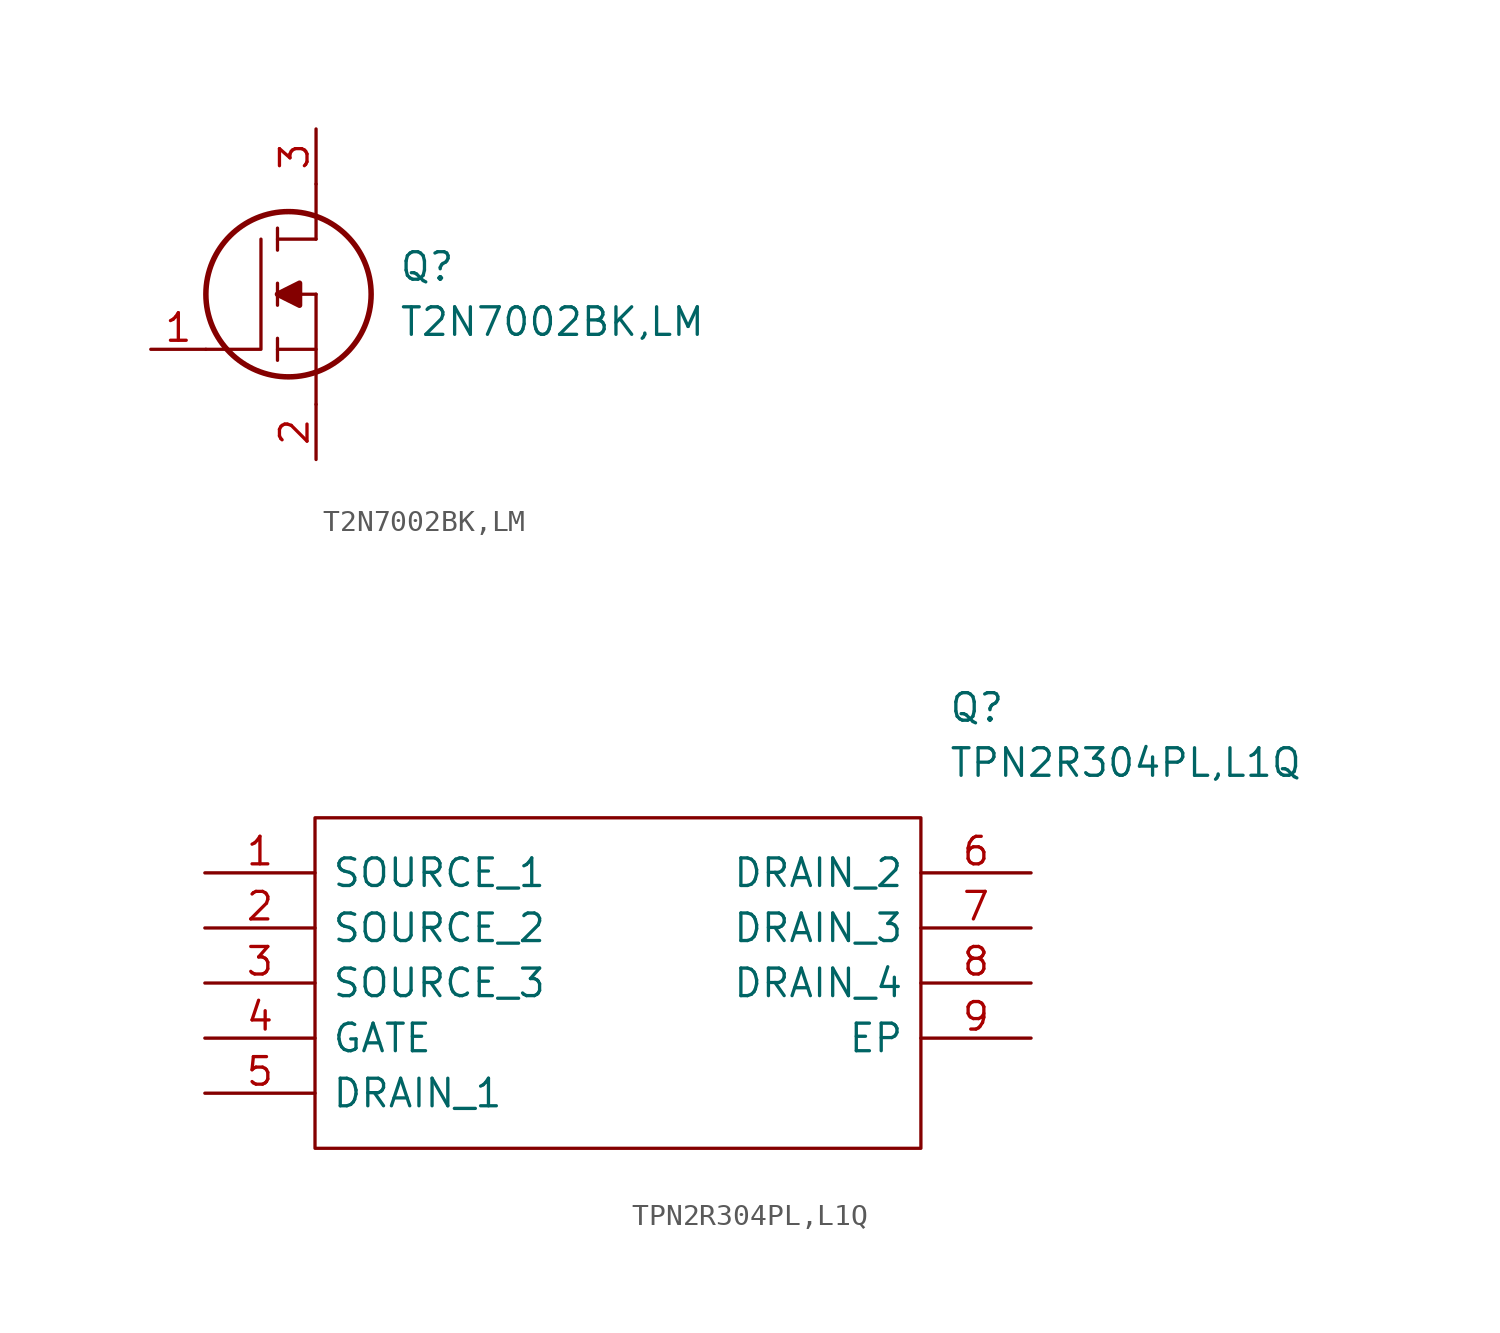
<source format=kicad_sym>
(kicad_symbol_lib
  (version 20211014)
  (generator kicad_symbol_editor)
  (symbol "T2N7002BK,LM"
    (pin_names
      (offset 0.762))
    (property "Reference" "Q"
      (at 11.43 3.81 0)
      (effects (font (size 1.27 1.27)) (justify left)))
    (property "Value" "T2N7002BK,LM"
      (at 11.43 1.27 0)
      (effects (font (size 1.27 1.27)) (justify left)))
    (symbol "T2N7002BK,LM_0_0"
      (pin passive line (at 0 0 0) (length 2.54) (name "~" (effects (font (size 1.27 1.27)))) (number "1" (effects (font (size 1.27 1.27)))))
      (pin passive line (at 7.62 -5.08 90) (length 2.54) (name "~" (effects (font (size 1.27 1.27)))) (number "2" (effects (font (size 1.27 1.27)))))
      (pin passive line (at 7.62 10.16 270) (length 2.54) (name "~" (effects (font (size 1.27 1.27)))) (number "3" (effects (font (size 1.27 1.27))))))
    (symbol "T2N7002BK,LM_0_1"
      (polyline (pts (xy 5.842 -0.508) (xy 5.842 0.508)) (stroke (width 0.152) (type default) (color 0 0 0 0)) (fill (type none)))
      (polyline (pts (xy 5.842 0) (xy 7.62 0)) (stroke (width 0.152) (type default) (color 0 0 0 0)) (fill (type none)))
      (polyline (pts (xy 5.842 2.032) (xy 5.842 3.048)) (stroke (width 0.152) (type default) (color 0 0 0 0)) (fill (type none)))
      (polyline (pts (xy 5.842 5.588) (xy 5.842 4.572)) (stroke (width 0.152) (type default) (color 0 0 0 0)) (fill (type none)))
      (polyline (pts (xy 7.62 2.54) (xy 5.842 2.54)) (stroke (width 0.152) (type default) (color 0 0 0 0)) (fill (type none)))
      (polyline (pts (xy 7.62 2.54) (xy 7.62 -2.54)) (stroke (width 0.152) (type default) (color 0 0 0 0)) (fill (type none)))
      (polyline (pts (xy 7.62 5.08) (xy 5.842 5.08)) (stroke (width 0.152) (type default) (color 0 0 0 0)) (fill (type none)))
      (polyline (pts (xy 7.62 5.08) (xy 7.62 7.62)) (stroke (width 0.152) (type default) (color 0 0 0 0)) (fill (type none)))
      (polyline (pts (xy 2.54 0) (xy 5.08 0) (xy 5.08 5.08)) (stroke (width 0.152) (type default) (color 0 0 0 0)) (fill (type none)))
      (polyline (pts (xy 5.842 2.54) (xy 6.858 3.048) (xy 6.858 2.032) (xy 5.842 2.54)) (stroke (width 0.254) (type default) (color 0 0 0 0)) (fill (type outline)))
      (circle (center 6.35 2.54) (radius 3.81) (stroke (width 0.254) (type default) (color 0 0 0 0)) (fill (type none)))))
  (symbol "TPN2R304PL,L1Q"
    (pin_names
      (offset 0.762))
    (property "Reference" "Q"
      (at 34.29 7.62 0)
      (effects (font (size 1.27 1.27)) (justify left)))
    (property "Value" "TPN2R304PL,L1Q"
      (at 34.29 5.08 0)
      (effects (font (size 1.27 1.27)) (justify left)))
    (symbol "TPN2R304PL,L1Q_0_0"
      (pin passive line (at 0 0 0) (length 5.08) (name "SOURCE_1" (effects (font (size 1.27 1.27)))) (number "1" (effects (font (size 1.27 1.27)))))
      (pin passive line (at 0 -2.54 0) (length 5.08) (name "SOURCE_2" (effects (font (size 1.27 1.27)))) (number "2" (effects (font (size 1.27 1.27)))))
      (pin passive line (at 0 -5.08 0) (length 5.08) (name "SOURCE_3" (effects (font (size 1.27 1.27)))) (number "3" (effects (font (size 1.27 1.27)))))
      (pin passive line (at 0 -7.62 0) (length 5.08) (name "GATE" (effects (font (size 1.27 1.27)))) (number "4" (effects (font (size 1.27 1.27)))))
      (pin passive line (at 0 -10.16 0) (length 5.08) (name "DRAIN_1" (effects (font (size 1.27 1.27)))) (number "5" (effects (font (size 1.27 1.27)))))
      (pin passive line (at 38.1 0 180) (length 5.08) (name "DRAIN_2" (effects (font (size 1.27 1.27)))) (number "6" (effects (font (size 1.27 1.27)))))
      (pin passive line (at 38.1 -2.54 180) (length 5.08) (name "DRAIN_3" (effects (font (size 1.27 1.27)))) (number "7" (effects (font (size 1.27 1.27)))))
      (pin passive line (at 38.1 -5.08 180) (length 5.08) (name "DRAIN_4" (effects (font (size 1.27 1.27)))) (number "8" (effects (font (size 1.27 1.27)))))
      (pin passive line (at 38.1 -7.62 180) (length 5.08) (name "EP" (effects (font (size 1.27 1.27)))) (number "9" (effects (font (size 1.27 1.27))))))
    (symbol "TPN2R304PL,L1Q_0_1"
      (polyline (pts (xy 5.08 2.54) (xy 33.02 2.54) (xy 33.02 -12.7) (xy 5.08 -12.7) (xy 5.08 2.54)) (stroke (width 0.152) (type default) (color 0 0 0 0)) (fill (type none))))))
</source>
